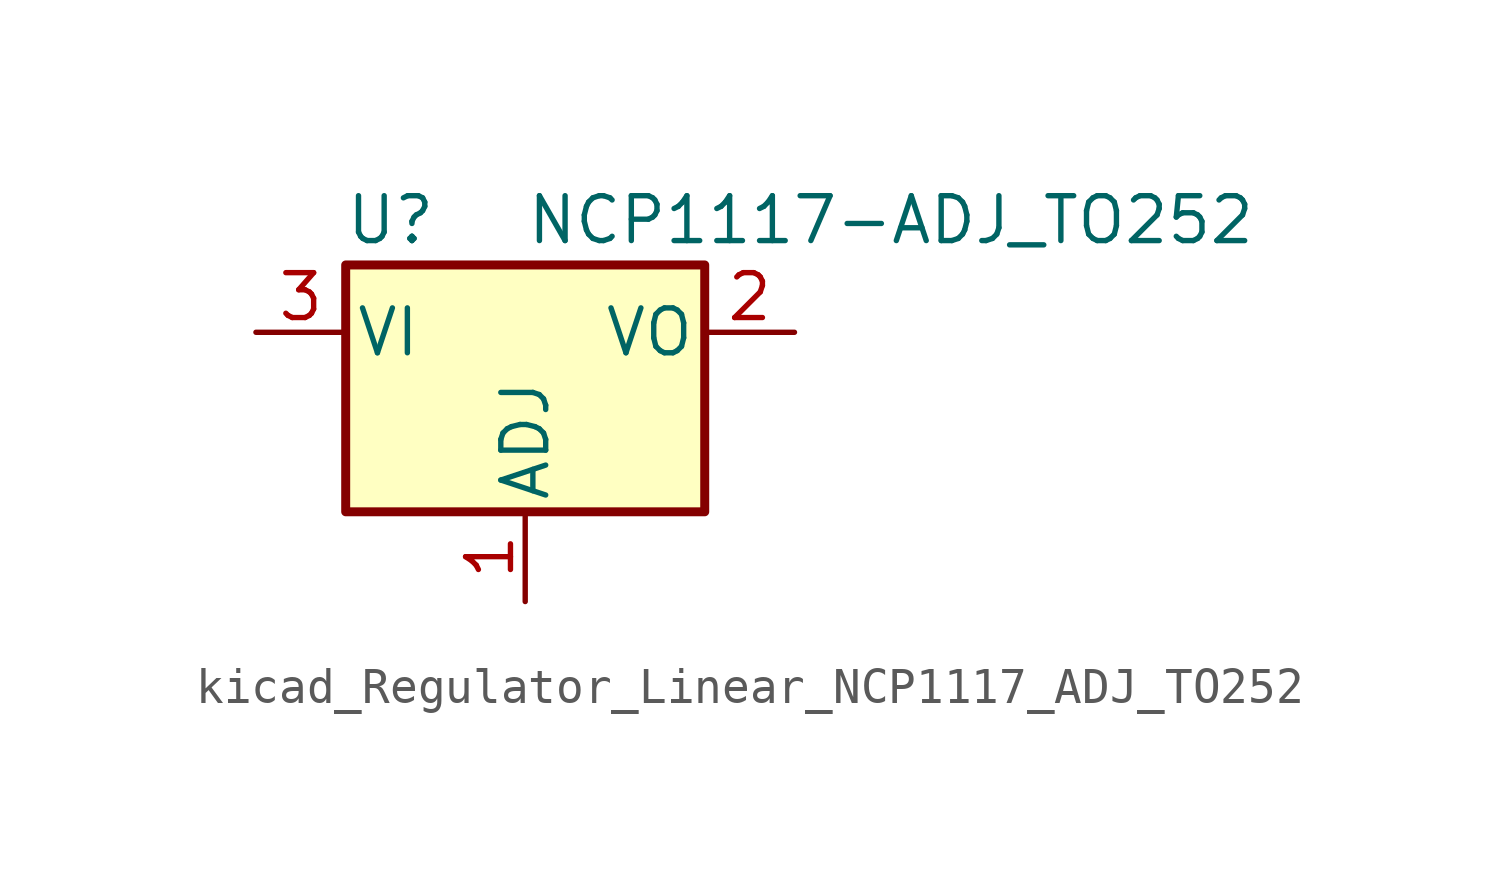
<source format=kicad_sym>
(kicad_symbol_lib
  (version 20220914)
  (generator kicad_symbol_editor)
  (symbol "kicad_Regulator_Linear_NCP1117_ADJ_TO252"
    (pin_names
      (offset 0.254))
    (property "Reference" "U"
      (at -3.81 3.175 0)
      (effects (font (size 1.27 1.27))))
    (property "Value" "NCP1117-ADJ_TO252"
      (at 0 3.175 0)
      (effects (font (size 1.27 1.27)) (justify left)))
    (symbol "kicad_Regulator_Linear_NCP1117_ADJ_TO252_0_1"
      (rectangle (start -5.08 1.905) (end 5.08 -5.08) (stroke (width 0.254) (type default)) (fill (type background))))
    (symbol "kicad_Regulator_Linear_NCP1117_ADJ_TO252_1_1"
      (pin input line (at 0 -7.62 90) (length 2.54) (name "ADJ" (effects (font (size 1.27 1.27)))) (number "1" (effects (font (size 1.27 1.27)))))
      (pin power_out line (at 7.62 0 180) (length 2.54) (name "VO" (effects (font (size 1.27 1.27)))) (number "2" (effects (font (size 1.27 1.27)))))
      (pin power_in line (at -7.62 0 0) (length 2.54) (name "VI" (effects (font (size 1.27 1.27)))) (number "3" (effects (font (size 1.27 1.27))))))))
</source>
